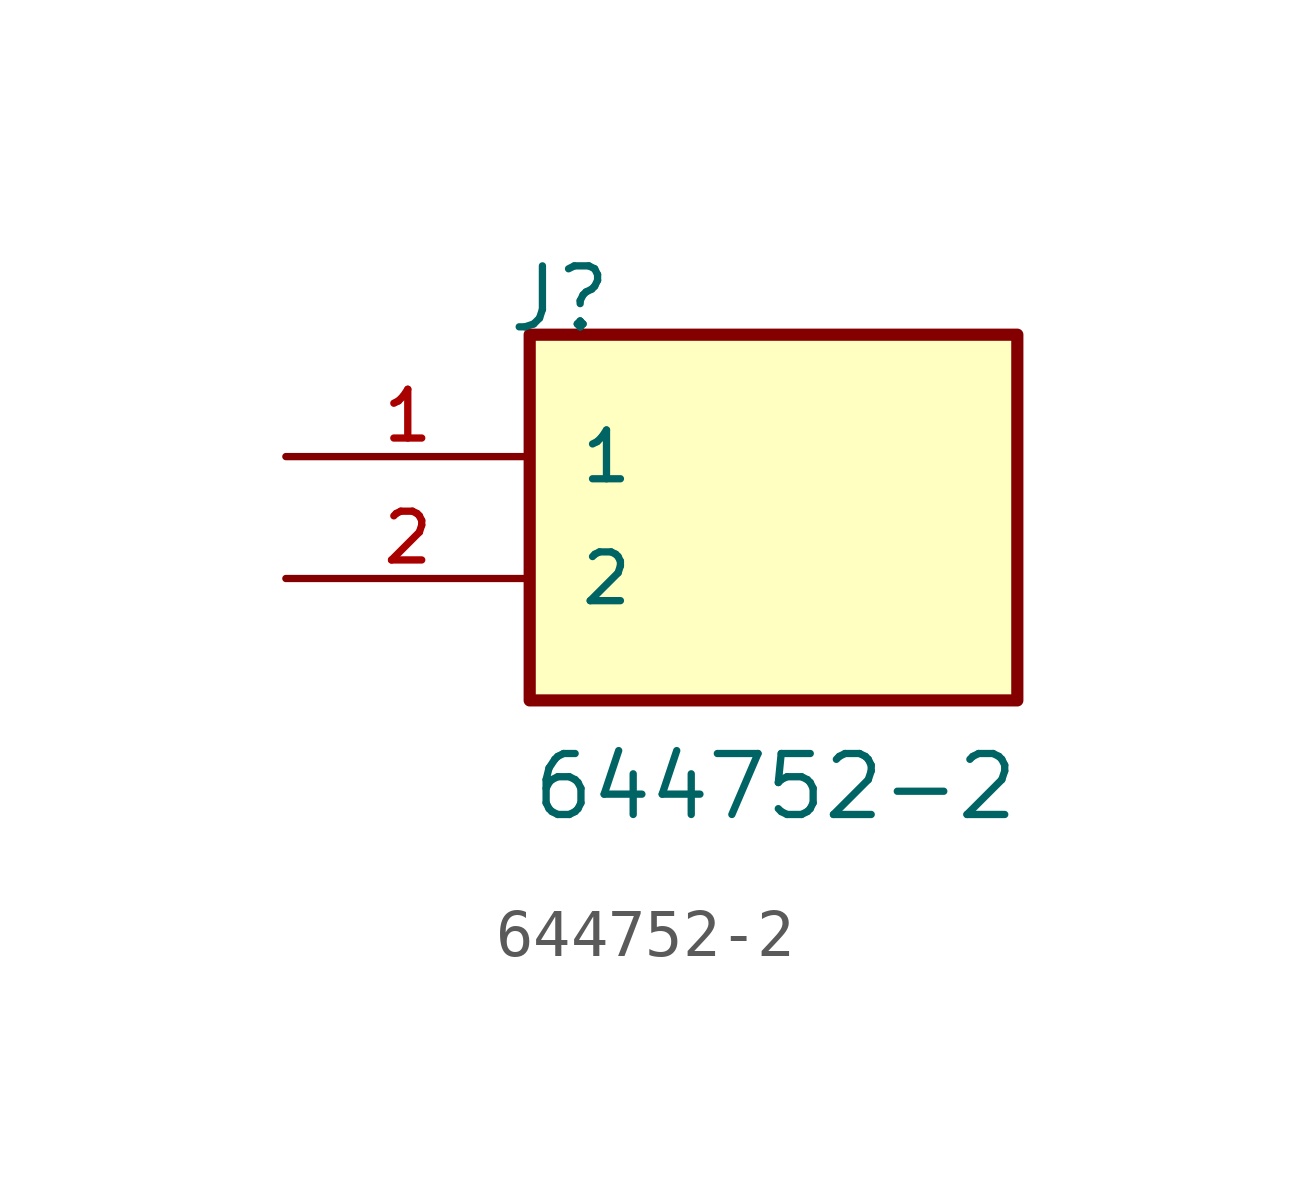
<source format=kicad_sym>
(kicad_symbol_lib
  (version 20211014)
  (generator kicad_symbol_editor)
  (symbol "644752-2"
    (pin_names
      (offset 1.016))
    (property "Reference" "J"
      (at -5.58 5.08 0)
      (effects (font (size 1.27 1.27)) (justify bottom left)))
    (property "Value" "644752-2"
      (at -5.08 -5.08 0)
      (effects (font (size 1.27 1.27)) (justify bottom left)))
    (symbol "644752-2_0_0"
      (rectangle (start -5.08 -2.54) (end 5.08 5.08) (stroke (width 0.254)) (fill (type background)))
      (pin passive line (at -10.16 2.54 0) (length 5.08) (name "1" (effects (font (size 1.016 1.016)))) (number "1" (effects (font (size 1.016 1.016)))))
      (pin passive line (at -10.16 0.0 0) (length 5.08) (name "2" (effects (font (size 1.016 1.016)))) (number "2" (effects (font (size 1.016 1.016))))))))
</source>
